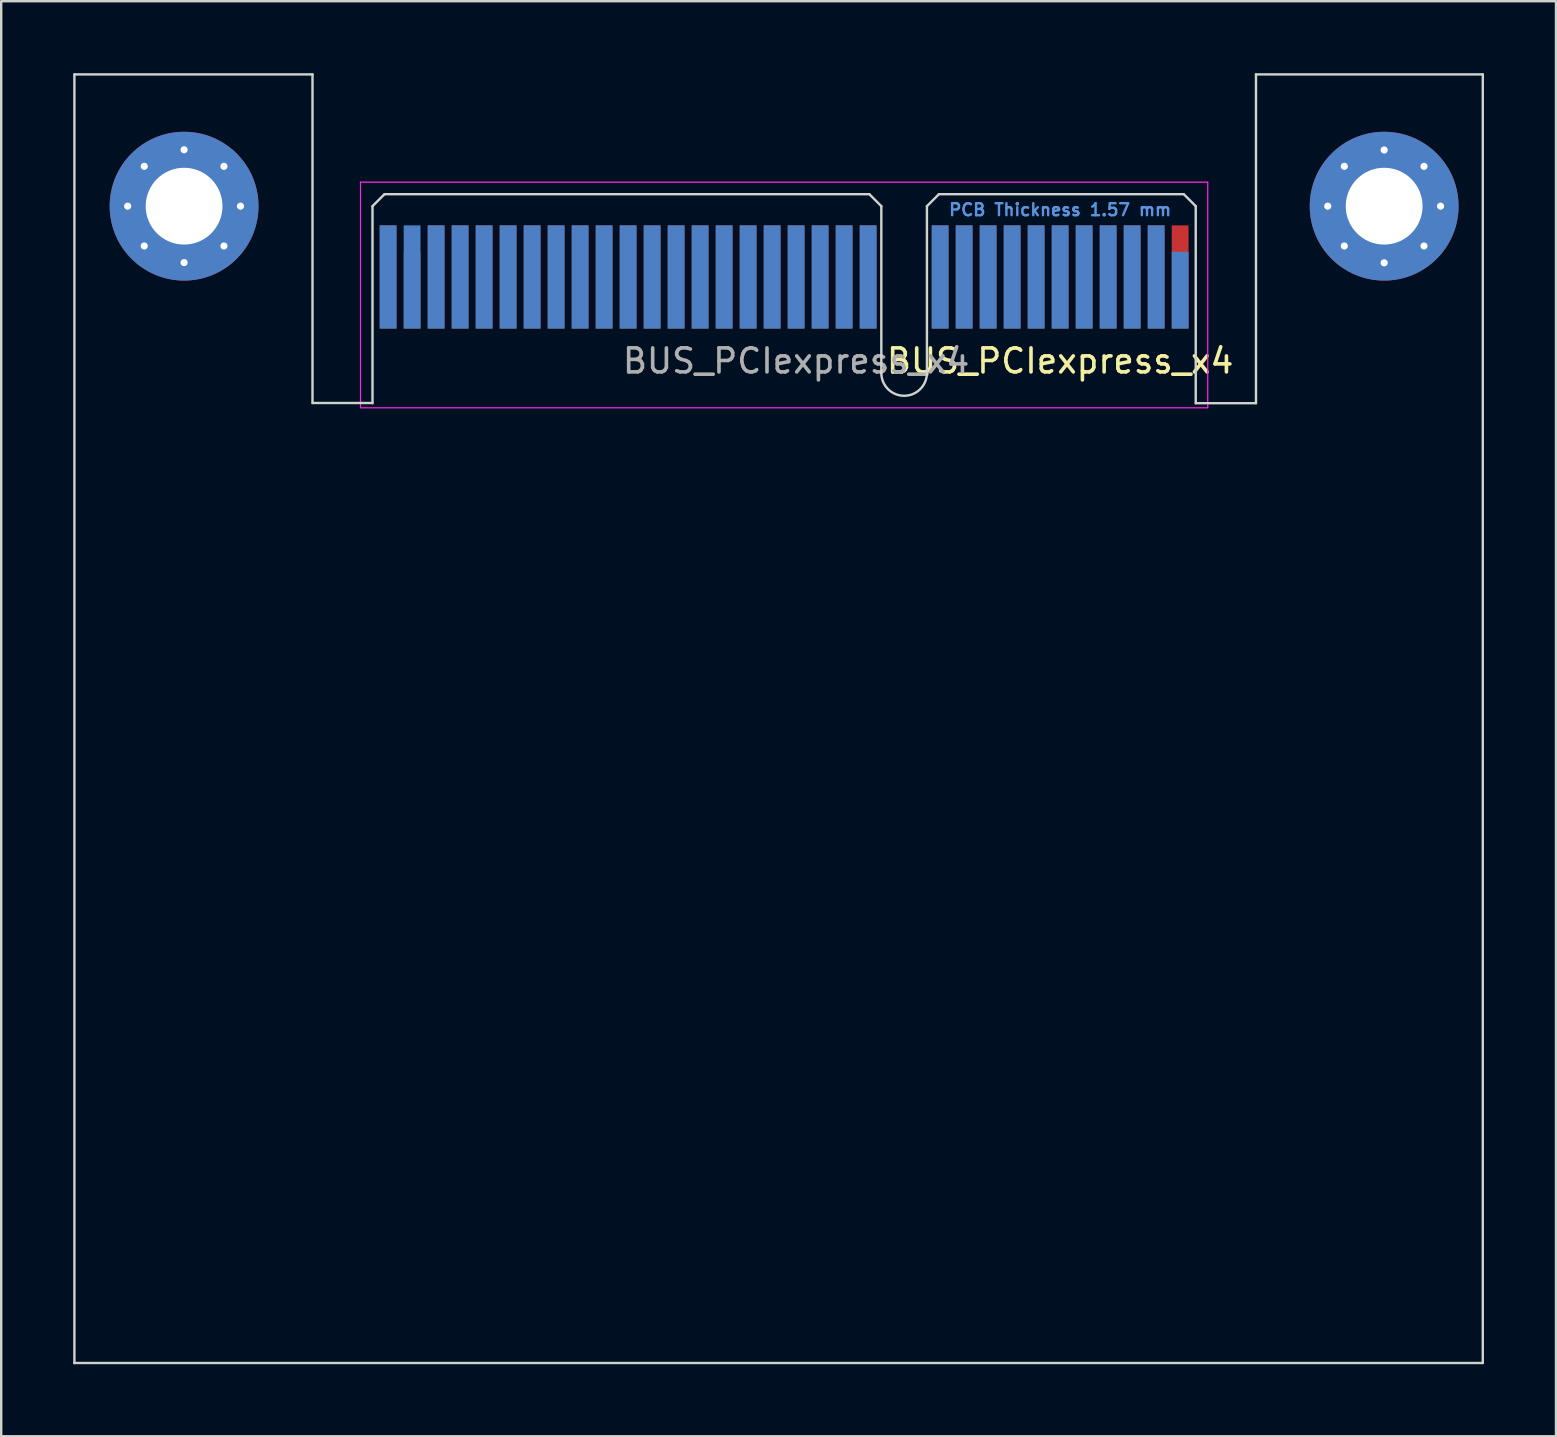
<source format=kicad_pcb>
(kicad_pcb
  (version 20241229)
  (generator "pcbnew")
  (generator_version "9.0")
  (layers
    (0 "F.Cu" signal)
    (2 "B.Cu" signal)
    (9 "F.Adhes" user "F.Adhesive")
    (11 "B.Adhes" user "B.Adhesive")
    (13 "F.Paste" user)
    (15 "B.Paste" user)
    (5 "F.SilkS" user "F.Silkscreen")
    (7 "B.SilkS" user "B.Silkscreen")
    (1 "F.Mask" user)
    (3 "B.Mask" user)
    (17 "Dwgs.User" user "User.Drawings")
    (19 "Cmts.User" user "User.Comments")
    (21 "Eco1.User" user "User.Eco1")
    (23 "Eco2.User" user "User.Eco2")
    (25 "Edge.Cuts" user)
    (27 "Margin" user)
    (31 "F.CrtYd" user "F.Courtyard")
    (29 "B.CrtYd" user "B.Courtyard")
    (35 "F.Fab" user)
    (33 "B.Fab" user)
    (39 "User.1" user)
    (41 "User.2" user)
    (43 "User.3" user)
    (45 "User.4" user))
  (footprint "BUS_PCIexpress_x4"
    (layer "F.Cu")
    (at 4.62 5.54)
    (property "Reference" "BUS_PCIexpress_x4" (at 36.5 6.45 180) (layer "F.SilkS") (effects (font (size 1 1) (thickness 0.15))))
    (attr exclude_from_pos_files exclude_from_bom)
    (fp_line (start -4.57 -5.49) (end -4.57 48.2) (stroke (width 0.1) (type default)) (layer "Edge.Cuts"))
    (fp_line (start 5.35 -5.49) (end -4.57 -5.49) (stroke (width 0.1) (type default)) (layer "Edge.Cuts"))
    (fp_line (start 5.35 8.2) (end 5.35 -5.49) (stroke (width 0.1) (type default)) (layer "Edge.Cuts"))
    (fp_line (start 5.35 8.2) (end 7.85 8.2) (stroke (width 0.1) (type default)) (layer "Edge.Cuts"))
    (fp_line (start 7.85 0) (end 8.35 -0.5) (stroke (width 0.1) (type solid)) (layer "Edge.Cuts"))
    (fp_line (start 7.85 8.21) (end 7.85 0) (stroke (width 0.1) (type solid)) (layer "Edge.Cuts"))
    (fp_line (start 28.55 -0.5) (end 8.35 -0.5) (stroke (width 0.1) (type solid)) (layer "Edge.Cuts"))
    (fp_line (start 29.05 0) (end 28.55 -0.5) (stroke (width 0.1) (type solid)) (layer "Edge.Cuts"))
    (fp_line (start 29.05 6.95) (end 29.05 0) (stroke (width 0.1) (type solid)) (layer "Edge.Cuts"))
    (fp_line (start 30.95 0) (end 31.45 -0.5) (stroke (width 0.1) (type solid)) (layer "Edge.Cuts"))
    (fp_line (start 30.95 6.95) (end 30.95 0) (stroke (width 0.1) (type solid)) (layer "Edge.Cuts"))
    (fp_line (start 41.65 -0.5) (end 31.45 -0.5) (stroke (width 0.1) (type solid)) (layer "Edge.Cuts"))
    (fp_line (start 42.15 0) (end 41.65 -0.5) (stroke (width 0.1) (type solid)) (layer "Edge.Cuts"))
    (fp_line (start 42.15 8.21) (end 42.15 0) (stroke (width 0.1) (type solid)) (layer "Edge.Cuts"))
    (fp_line (start 42.15 8.21) (end 44.66 8.21) (stroke (width 0.1) (type default)) (layer "Edge.Cuts"))
    (fp_line (start 44.66 -5.49) (end 54.11 -5.49) (stroke (width 0.1) (type default)) (layer "Edge.Cuts"))
    (fp_line (start 44.66 8.21) (end 44.66 -5.49) (stroke (width 0.1) (type default)) (layer "Edge.Cuts"))
    (fp_line (start 54.11 -5.49) (end 54.11 48.2) (stroke (width 0.1) (type default)) (layer "Edge.Cuts"))
    (fp_line (start 54.11 48.2) (end -4.57 48.2) (stroke (width 0.1) (type default)) (layer "Edge.Cuts"))
    (fp_arc (start 30.95 6.95) (mid 30 7.9) (end 29.05 6.95) (stroke (width 0.1) (type solid)) (layer "Edge.Cuts"))
    (fp_line (start 7.35 -1) (end 7.35 8.4) (stroke (width 0.05) (type solid)) (layer "F.CrtYd"))
    (fp_line (start 7.35 -1) (end 42.65 -1) (stroke (width 0.05) (type solid)) (layer "F.CrtYd"))
    (fp_line (start 42.65 8.4) (end 7.35 8.4) (stroke (width 0.05) (type solid)) (layer "F.CrtYd"))
    (fp_line (start 42.65 8.4) (end 42.65 -1) (stroke (width 0.05) (type solid)) (layer "F.CrtYd"))
    (fp_text user "PCB Thickness 1.57 mm" (at 36.5 0.15 0) (layer "Cmts.User") (effects (font (size 0.5 0.5) (thickness 0.1))))
    (fp_text user "${REFERENCE}" (at 25.5 6.45 180) (layer "F.Fab") (effects (font (size 1 1) (thickness 0.15))))
    (pad "A1" connect rect (at 41.5 3.5 180) (size 0.7 3.2) (layers "B.Cu" "B.Mask"))
    (pad "A2" connect rect (at 40.5 2.95 180) (size 0.7 4.3) (layers "B.Cu" "B.Mask"))
    (pad "A3" connect rect (at 39.5 2.95 180) (size 0.7 4.3) (layers "B.Cu" "B.Mask"))
    (pad "A4" connect rect (at 38.5 2.95 180) (size 0.7 4.3) (layers "B.Cu" "B.Mask"))
    (pad "A5" connect rect (at 37.5 2.95 180) (size 0.7 4.3) (layers "B.Cu" "B.Mask"))
    (pad "A6" connect rect (at 36.5 2.95 180) (size 0.7 4.3) (layers "B.Cu" "B.Mask"))
    (pad "A7" connect rect (at 35.5 2.95 180) (size 0.7 4.3) (layers "B.Cu" "B.Mask"))
    (pad "A8" connect rect (at 34.5 2.95 180) (size 0.7 4.3) (layers "B.Cu" "B.Mask"))
    (pad "A9" connect rect (at 33.5 2.95 180) (size 0.7 4.3) (layers "B.Cu" "B.Mask"))
    (pad "A10" connect rect (at 32.5 2.95 180) (size 0.7 4.3) (layers "B.Cu" "B.Mask"))
    (pad "A11" connect rect (at 31.5 2.95 180) (size 0.7 4.3) (layers "B.Cu" "B.Mask"))
    (pad "A12" connect rect (at 28.5 2.95 180) (size 0.7 4.3) (layers "B.Cu" "B.Mask"))
    (pad "A13" connect rect (at 27.5 2.95 180) (size 0.7 4.3) (layers "B.Cu" "B.Mask"))
    (pad "A14" connect rect (at 26.5 2.95 180) (size 0.7 4.3) (layers "B.Cu" "B.Mask"))
    (pad "A15" connect rect (at 25.5 2.95 180) (size 0.7 4.3) (layers "B.Cu" "B.Mask"))
    (pad "A16" connect rect (at 24.5 2.95 180) (size 0.7 4.3) (layers "B.Cu" "B.Mask"))
    (pad "A17" connect rect (at 23.5 2.95 180) (size 0.7 4.3) (layers "B.Cu" "B.Mask"))
    (pad "A18" connect rect (at 22.5 2.95 180) (size 0.7 4.3) (layers "B.Cu" "B.Mask"))
    (pad "A19" connect rect (at 21.5 2.95 180) (size 0.7 4.3) (layers "B.Cu" "B.Mask"))
    (pad "A20" connect rect (at 20.5 2.95 180) (size 0.7 4.3) (layers "B.Cu" "B.Mask"))
    (pad "A21" connect rect (at 19.5 2.95 180) (size 0.7 4.3) (layers "B.Cu" "B.Mask"))
    (pad "A22" connect rect (at 18.5 2.95 180) (size 0.7 4.3) (layers "B.Cu" "B.Mask"))
    (pad "A23" connect rect (at 17.5 2.95 180) (size 0.7 4.3) (layers "B.Cu" "B.Mask"))
    (pad "A24" connect rect (at 16.5 2.95 180) (size 0.7 4.3) (layers "B.Cu" "B.Mask"))
    (pad "A25" connect rect (at 15.5 2.95 180) (size 0.7 4.3) (layers "B.Cu" "B.Mask"))
    (pad "A26" connect rect (at 14.5 2.95 180) (size 0.7 4.3) (layers "B.Cu" "B.Mask"))
    (pad "A27" connect rect (at 13.5 2.95 180) (size 0.7 4.3) (layers "B.Cu" "B.Mask"))
    (pad "A28" connect rect (at 12.5 2.95 180) (size 0.7 4.3) (layers "B.Cu" "B.Mask"))
    (pad "A29" connect rect (at 11.5 2.95 180) (size 0.7 4.3) (layers "B.Cu" "B.Mask"))
    (pad "A30" connect rect (at 10.5 2.95 180) (size 0.7 4.3) (layers "B.Cu" "B.Mask"))
    (pad "A31" connect rect (at 9.5 2.95 180) (size 0.7 4.3) (layers "B.Cu" "B.Mask"))
    (pad "A32" connect rect (at 8.5 2.95 180) (size 0.7 4.3) (layers "B.Cu" "B.Mask"))
    (pad "B1" connect rect (at 41.5 2.95 180) (size 0.7 4.3) (layers "F.Cu" "F.Mask"))
    (pad "B2" connect rect (at 40.5 2.95 180) (size 0.7 4.3) (layers "F.Cu" "F.Mask"))
    (pad "B3" connect rect (at 39.5 2.95 180) (size 0.7 4.3) (layers "F.Cu" "F.Mask"))
    (pad "B4" connect rect (at 38.5 2.95 180) (size 0.7 4.3) (layers "F.Cu" "F.Mask"))
    (pad "B5" connect rect (at 37.5 2.95 180) (size 0.7 4.3) (layers "F.Cu" "F.Mask"))
    (pad "B6" connect rect (at 36.5 2.95 180) (size 0.7 4.3) (layers "F.Cu" "F.Mask"))
    (pad "B7" connect rect (at 35.5 2.95 180) (size 0.7 4.3) (layers "F.Cu" "F.Mask"))
    (pad "B8" connect rect (at 34.5 2.95 180) (size 0.7 4.3) (layers "F.Cu" "F.Mask"))
    (pad "B9" connect rect (at 33.5 2.95 180) (size 0.7 4.3) (layers "F.Cu" "F.Mask"))
    (pad "B10" connect rect (at 32.5 2.95 180) (size 0.7 4.3) (layers "F.Cu" "F.Mask"))
    (pad "B11" connect rect (at 31.5 2.95 180) (size 0.7 4.3) (layers "F.Cu" "F.Mask"))
    (pad "B12" connect rect (at 28.5 2.95 180) (size 0.7 4.3) (layers "F.Cu" "F.Mask"))
    (pad "B13" connect rect (at 27.5 2.95 180) (size 0.7 4.3) (layers "F.Cu" "F.Mask"))
    (pad "B14" connect rect (at 26.5 2.95 180) (size 0.7 4.3) (layers "F.Cu" "F.Mask"))
    (pad "B15" connect rect (at 25.5 2.95 180) (size 0.7 4.3) (layers "F.Cu" "F.Mask"))
    (pad "B16" connect rect (at 24.5 2.95 180) (size 0.7 4.3) (layers "F.Cu" "F.Mask"))
    (pad "B17" connect rect (at 23.5 2.95 180) (size 0.7 4.3) (layers "F.Cu" "F.Mask"))
    (pad "B18" connect rect (at 22.5 2.95 180) (size 0.7 4.3) (layers "F.Cu" "F.Mask"))
    (pad "B19" connect rect (at 21.5 2.95 180) (size 0.7 4.3) (layers "F.Cu" "F.Mask"))
    (pad "B20" connect rect (at 20.5 2.95 180) (size 0.7 4.3) (layers "F.Cu" "F.Mask"))
    (pad "B21" connect rect (at 19.5 2.95 180) (size 0.7 4.3) (layers "F.Cu" "F.Mask"))
    (pad "B22" connect rect (at 18.5 2.95 180) (size 0.7 4.3) (layers "F.Cu" "F.Mask"))
    (pad "B23" connect rect (at 17.5 2.95 180) (size 0.7 4.3) (layers "F.Cu" "F.Mask"))
    (pad "B24" connect rect (at 16.5 2.95 180) (size 0.7 4.3) (layers "F.Cu" "F.Mask"))
    (pad "B25" connect rect (at 15.5 2.95 180) (size 0.7 4.3) (layers "F.Cu" "F.Mask"))
    (pad "B26" connect rect (at 14.5 2.95 180) (size 0.7 4.3) (layers "F.Cu" "F.Mask"))
    (pad "B27" connect rect (at 13.5 2.95 180) (size 0.7 4.3) (layers "F.Cu" "F.Mask"))
    (pad "B28" connect rect (at 12.5 2.95 180) (size 0.7 4.3) (layers "F.Cu" "F.Mask"))
    (pad "B29" connect rect (at 11.5 2.95 180) (size 0.7 4.3) (layers "F.Cu" "F.Mask"))
    (pad "B30" connect rect (at 10.5 2.95 180) (size 0.7 4.3) (layers "F.Cu" "F.Mask"))
    (pad "B31" connect rect (at 9.5 3.5 180) (size 0.7 3.2) (layers "F.Cu" "F.Mask"))
    (pad "B32" connect rect (at 8.5 2.95 180) (size 0.7 4.3) (layers "F.Cu" "F.Mask"))
    (pad "MH" thru_hole circle (at -2.35 0) (size 1 1) (drill 0.3) (layers "*.Cu" "*.Mask"))
    (pad "MH" thru_hole circle (at -1.66 -1.66) (size 1 1) (drill 0.3) (layers "*.Cu" "*.Mask"))
    (pad "MH" thru_hole circle (at -1.66 1.66) (size 1 1) (drill 0.3) (layers "*.Cu" "*.Mask"))
    (pad "MH" thru_hole circle (at 0 -2.35) (size 1 1) (drill 0.3) (layers "*.Cu" "*.Mask"))
    (pad "MH" thru_hole circle (at 0 0) (size 6.2 6.2) (drill 3.2) (layers "*.Cu" "*.Mask"))
    (pad "MH" thru_hole circle (at 0 2.35) (size 1 1) (drill 0.3) (layers "*.Cu" "*.Mask"))
    (pad "MH" thru_hole circle (at 1.66 -1.66) (size 1 1) (drill 0.3) (layers "*.Cu" "*.Mask"))
    (pad "MH" thru_hole circle (at 1.66 1.66) (size 1 1) (drill 0.3) (layers "*.Cu" "*.Mask"))
    (pad "MH" thru_hole circle (at 2.35 0) (size 1 1) (drill 0.3) (layers "*.Cu" "*.Mask"))
    (pad "MH" thru_hole circle (at 47.65 0) (size 1 1) (drill 0.3) (layers "*.Cu" "*.Mask"))
    (pad "MH" thru_hole circle (at 48.34 -1.66) (size 1 1) (drill 0.3) (layers "*.Cu" "*.Mask"))
    (pad "MH" thru_hole circle (at 48.34 1.66) (size 1 1) (drill 0.3) (layers "*.Cu" "*.Mask"))
    (pad "MH" thru_hole circle (at 50 -2.34) (size 1 1) (drill 0.3) (layers "*.Cu" "*.Mask"))
    (pad "MH" thru_hole circle (at 50 0) (size 6.2 6.2) (drill 3.2) (layers "*.Cu" "*.Mask"))
    (pad "MH" thru_hole circle (at 50 2.36) (size 1 1) (drill 0.3) (layers "*.Cu" "*.Mask"))
    (pad "MH" thru_hole circle (at 51.66 -1.66) (size 1 1) (drill 0.3) (layers "*.Cu" "*.Mask"))
    (pad "MH" thru_hole circle (at 51.66 1.66) (size 1 1) (drill 0.3) (layers "*.Cu" "*.Mask"))
    (pad "MH" thru_hole circle (at 52.35 0) (size 1 1) (drill 0.3) (layers "*.Cu" "*.Mask")))
  (gr_rect
    (start -3 -3)
    (end 61.78 56.79)
    (stroke (width 0.1) (type default))
    (fill no)
    (layer "Edge.Cuts")))
</source>
